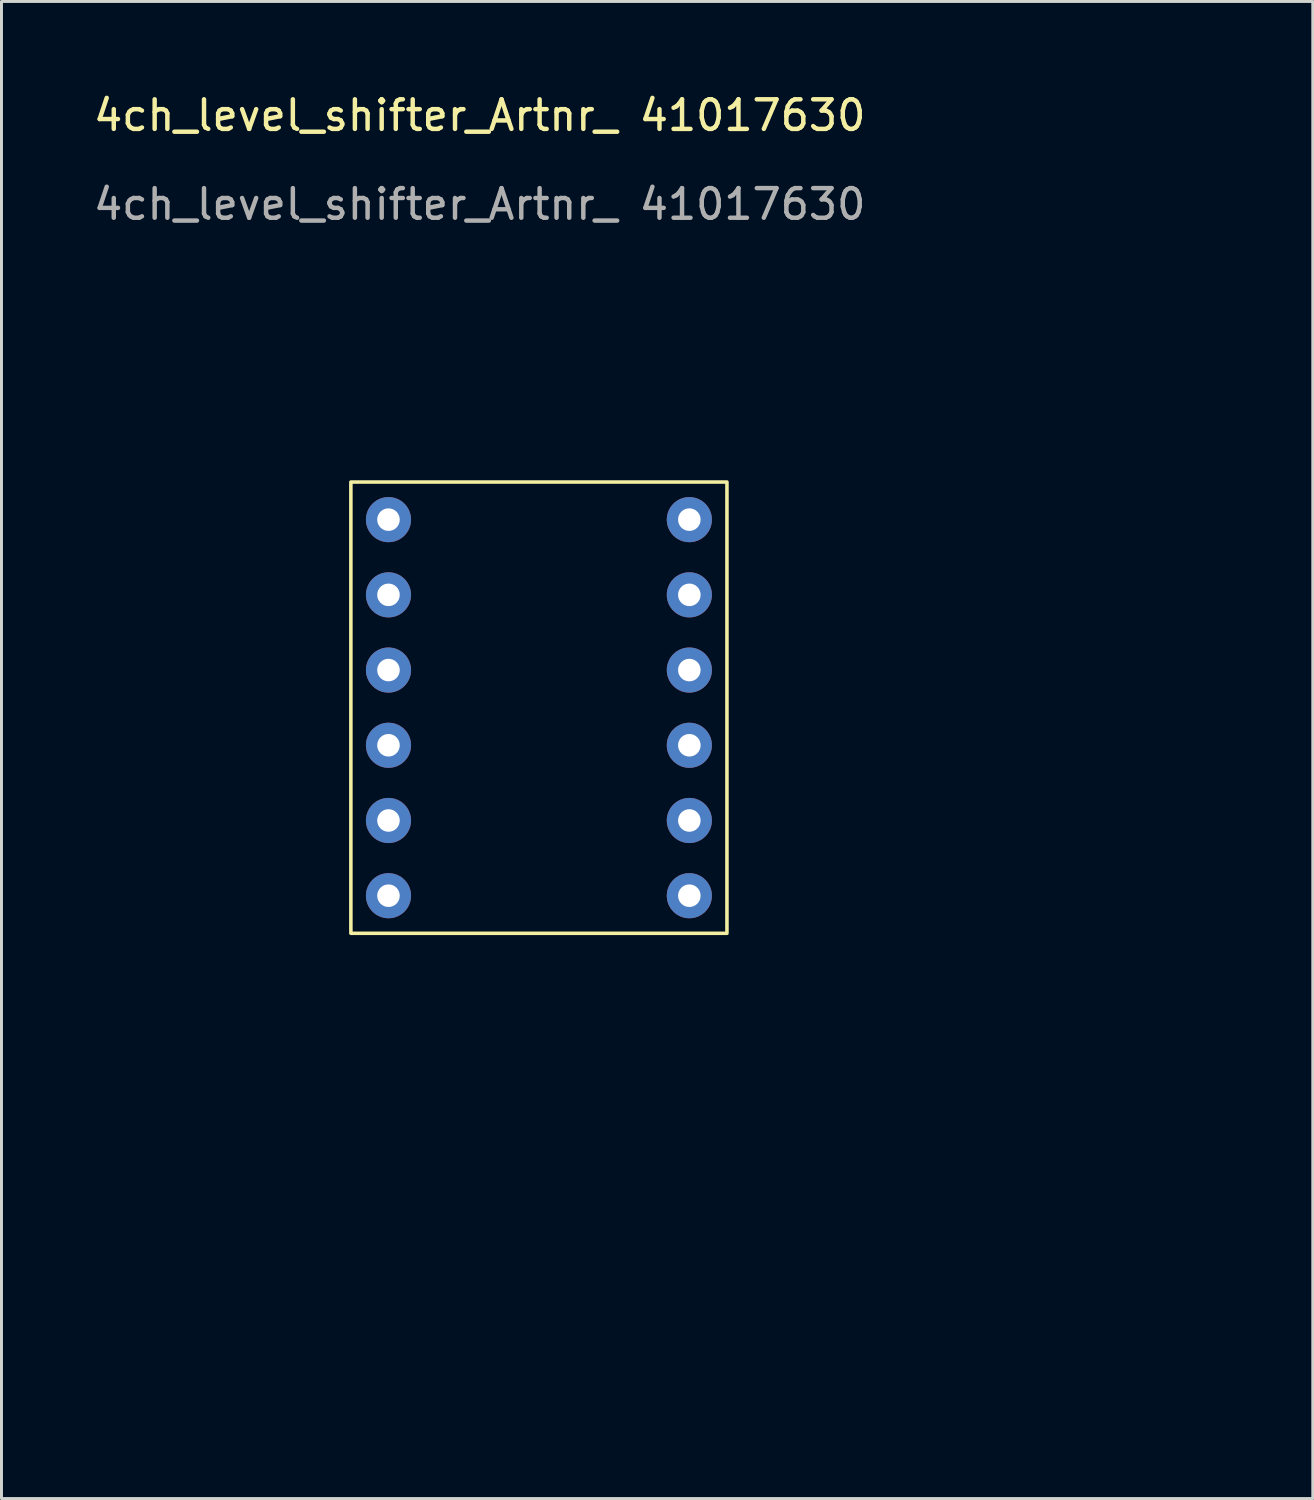
<source format=kicad_pcb>
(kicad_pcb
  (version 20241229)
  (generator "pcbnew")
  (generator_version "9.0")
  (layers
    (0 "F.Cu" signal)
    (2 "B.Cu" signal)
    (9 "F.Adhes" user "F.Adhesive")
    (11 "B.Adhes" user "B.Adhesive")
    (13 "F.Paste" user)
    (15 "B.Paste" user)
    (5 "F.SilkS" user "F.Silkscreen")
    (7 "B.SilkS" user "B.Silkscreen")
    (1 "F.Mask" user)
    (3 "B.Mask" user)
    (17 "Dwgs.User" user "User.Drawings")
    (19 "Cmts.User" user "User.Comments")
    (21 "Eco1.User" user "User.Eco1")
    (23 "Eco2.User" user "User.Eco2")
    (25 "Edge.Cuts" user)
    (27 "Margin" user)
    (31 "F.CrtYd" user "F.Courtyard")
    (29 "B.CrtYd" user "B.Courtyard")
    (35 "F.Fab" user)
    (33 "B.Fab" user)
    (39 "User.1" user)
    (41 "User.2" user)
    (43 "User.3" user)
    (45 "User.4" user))
  (footprint "4ch_level_shifter_Artnr_ 41017630"
    (layer "F.Cu")
    (at 15.149 20.848)
    (property "Reference" "4ch_level_shifter_Artnr_ 41017630" (at -2 -20 0) (unlocked yes) (layer "F.SilkS") (effects (font (size 1 1) (thickness 0.15))))
    (attr through_hole)
    (fp_rect (start -6.35 -7.62) (end 6.35 7.62) (stroke (width 0.12) (type solid)) (fill no) (layer "F.SilkS"))
    (fp_text user "${REFERENCE}" (at -2 -17 0) (unlocked yes) (layer "F.Fab") (effects (font (size 1 1) (thickness 0.15))))
    (fp_text user "Dimensioner: 15 x 12.5mm" (at 12.7 22.86 0) (unlocked yes) (layer "User.1") (effects (font (size 1 1) (thickness 0.15))))
    (pad "1" thru_hole circle (at -5.08 -6.35) (size 1.524 1.524) (drill 0.762) (layers "*.Cu" "*.Mask"))
    (pad "2" thru_hole circle (at -5.08 -3.81) (size 1.524 1.524) (drill 0.762) (layers "*.Cu" "*.Mask"))
    (pad "3" thru_hole circle (at -5.08 -1.27) (size 1.524 1.524) (drill 0.762) (layers "*.Cu" "*.Mask"))
    (pad "4" thru_hole circle (at -5.08 1.27) (size 1.524 1.524) (drill 0.762) (layers "*.Cu" "*.Mask"))
    (pad "5" thru_hole circle (at -5.08 3.81) (size 1.524 1.524) (drill 0.762) (layers "*.Cu" "*.Mask"))
    (pad "6" thru_hole circle (at -5.08 6.35) (size 1.524 1.524) (drill 0.762) (layers "*.Cu" "*.Mask"))
    (pad "7" thru_hole circle (at 5.08 6.35) (size 1.524 1.524) (drill 0.762) (layers "*.Cu" "*.Mask"))
    (pad "8" thru_hole circle (at 5.08 3.81) (size 1.524 1.524) (drill 0.762) (layers "*.Cu" "*.Mask"))
    (pad "9" thru_hole circle (at 5.08 1.27) (size 1.524 1.524) (drill 0.762) (layers "*.Cu" "*.Mask"))
    (pad "10" thru_hole circle (at 5.08 -1.27) (size 1.524 1.524) (drill 0.762) (layers "*.Cu" "*.Mask"))
    (pad "11" thru_hole circle (at 5.08 -3.81) (size 1.524 1.524) (drill 0.762) (layers "*.Cu" "*.Mask"))
    (pad "12" thru_hole circle (at 5.08 -6.35) (size 1.524 1.524) (drill 0.762) (layers "*.Cu" "*.Mask")))
  (gr_rect
    (start -3 -3)
    (end 41.283 47.556)
    (stroke (width 0.1) (type default))
    (fill no)
    (layer "Edge.Cuts")))
</source>
